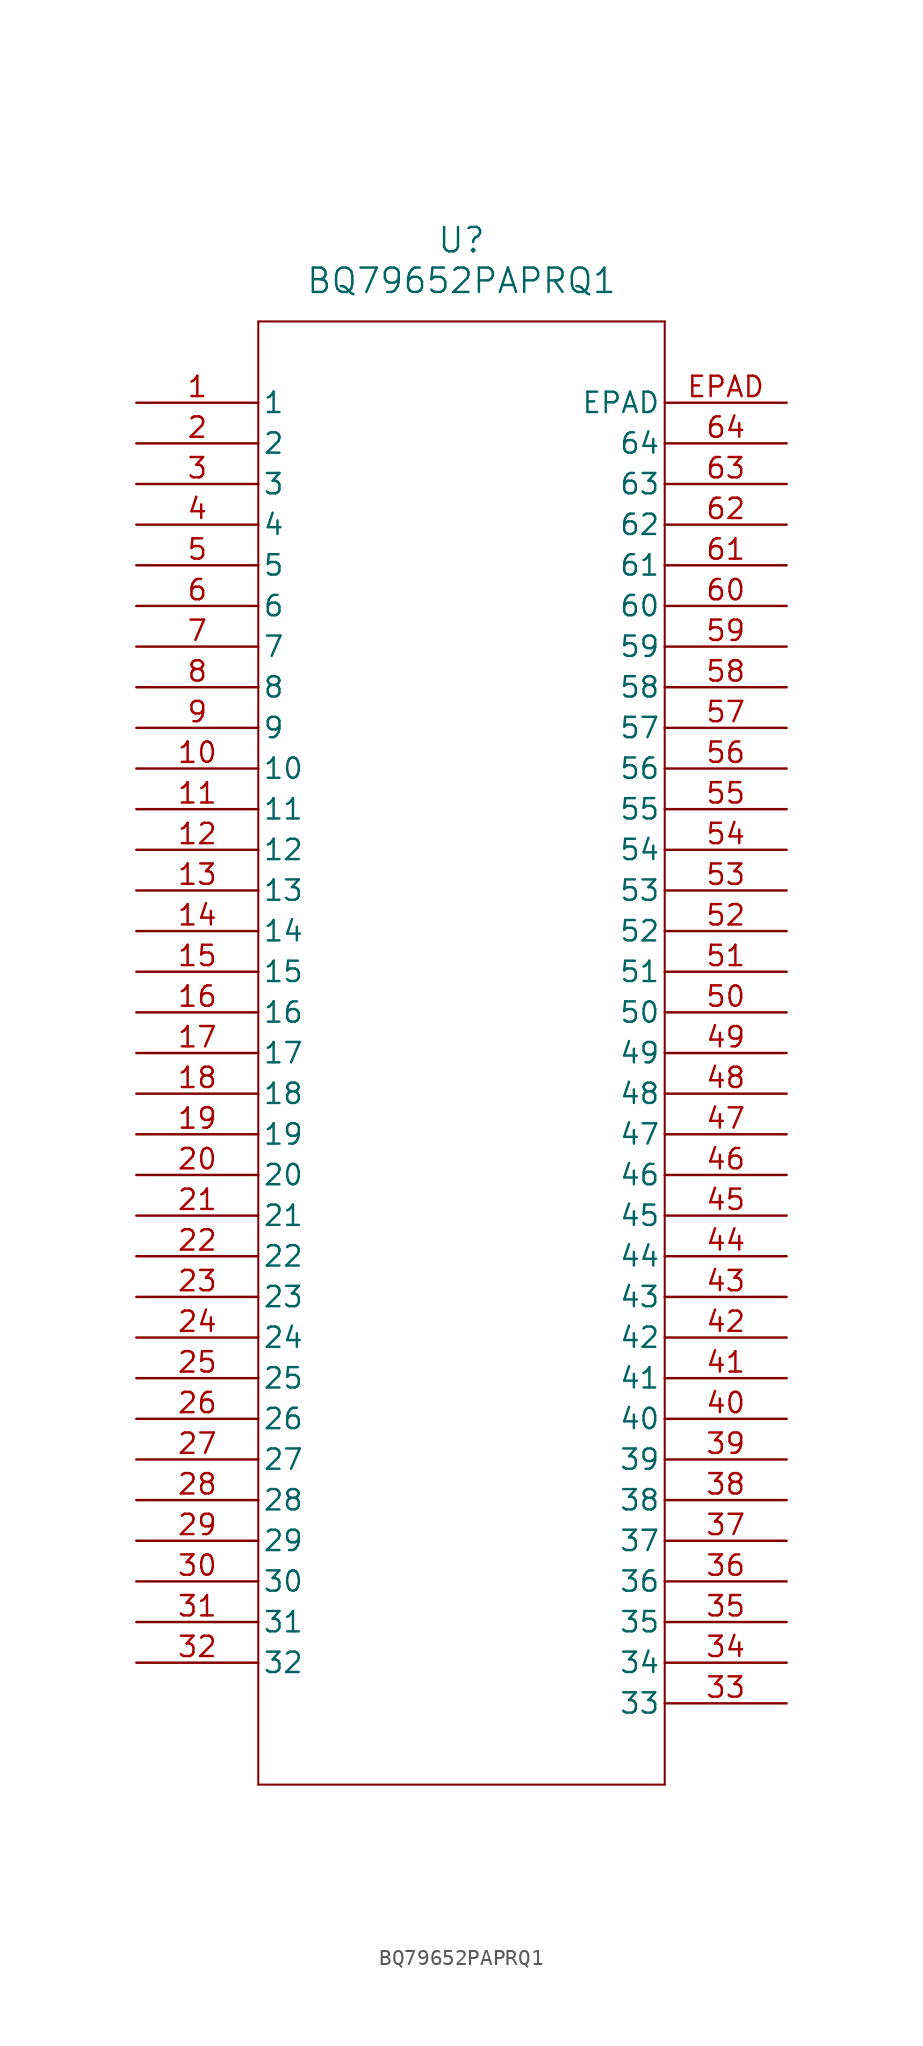
<source format=kicad_sym>
(kicad_symbol_lib
  (version 20241209)
  (generator "kicad_symbol_editor")
  (generator_version "9.0")
  (symbol "BQ79652PAPRQ1"
    (pin_names
      (offset 0.254))
    (property "Reference" "U"
      (at 20.32 10.16 0)
      (effects (font (size 1.524 1.524))))
    (property "Value" "BQ79652PAPRQ1"
      (at 20.32 7.62 0)
      (effects (font (size 1.524 1.524))))
    (property "ki_locked" ""
      (at 0 0 0)
      (effects (font (size 1.27 1.27))))
    (symbol "BQ79652PAPRQ1_0_1"
      (polyline (pts (xy 7.62 5.08) (xy 7.62 -86.36)) (stroke (width 0.127) (type default)) (fill (type none)))
      (polyline (pts (xy 7.62 -86.36) (xy 33.02 -86.36)) (stroke (width 0.127) (type default)) (fill (type none)))
      (polyline (pts (xy 33.02 5.08) (xy 7.62 5.08)) (stroke (width 0.127) (type default)) (fill (type none)))
      (polyline (pts (xy 33.02 -86.36) (xy 33.02 5.08)) (stroke (width 0.127) (type default)) (fill (type none)))
      (pin unspecified line (at 0 0 0) (length 7.62) (name "1" (effects (font (size 1.27 1.27)))) (number "1" (effects (font (size 1.27 1.27)))))
      (pin unspecified line (at 0 -2.54 0) (length 7.62) (name "2" (effects (font (size 1.27 1.27)))) (number "2" (effects (font (size 1.27 1.27)))))
      (pin unspecified line (at 0 -5.08 0) (length 7.62) (name "3" (effects (font (size 1.27 1.27)))) (number "3" (effects (font (size 1.27 1.27)))))
      (pin unspecified line (at 0 -7.62 0) (length 7.62) (name "4" (effects (font (size 1.27 1.27)))) (number "4" (effects (font (size 1.27 1.27)))))
      (pin unspecified line (at 0 -10.16 0) (length 7.62) (name "5" (effects (font (size 1.27 1.27)))) (number "5" (effects (font (size 1.27 1.27)))))
      (pin unspecified line (at 0 -12.7 0) (length 7.62) (name "6" (effects (font (size 1.27 1.27)))) (number "6" (effects (font (size 1.27 1.27)))))
      (pin unspecified line (at 0 -15.24 0) (length 7.62) (name "7" (effects (font (size 1.27 1.27)))) (number "7" (effects (font (size 1.27 1.27)))))
      (pin unspecified line (at 0 -17.78 0) (length 7.62) (name "8" (effects (font (size 1.27 1.27)))) (number "8" (effects (font (size 1.27 1.27)))))
      (pin unspecified line (at 0 -20.32 0) (length 7.62) (name "9" (effects (font (size 1.27 1.27)))) (number "9" (effects (font (size 1.27 1.27)))))
      (pin unspecified line (at 0 -22.86 0) (length 7.62) (name "10" (effects (font (size 1.27 1.27)))) (number "10" (effects (font (size 1.27 1.27)))))
      (pin unspecified line (at 0 -25.4 0) (length 7.62) (name "11" (effects (font (size 1.27 1.27)))) (number "11" (effects (font (size 1.27 1.27)))))
      (pin unspecified line (at 0 -27.94 0) (length 7.62) (name "12" (effects (font (size 1.27 1.27)))) (number "12" (effects (font (size 1.27 1.27)))))
      (pin unspecified line (at 0 -30.48 0) (length 7.62) (name "13" (effects (font (size 1.27 1.27)))) (number "13" (effects (font (size 1.27 1.27)))))
      (pin unspecified line (at 0 -33.02 0) (length 7.62) (name "14" (effects (font (size 1.27 1.27)))) (number "14" (effects (font (size 1.27 1.27)))))
      (pin unspecified line (at 0 -35.56 0) (length 7.62) (name "15" (effects (font (size 1.27 1.27)))) (number "15" (effects (font (size 1.27 1.27)))))
      (pin unspecified line (at 0 -38.1 0) (length 7.62) (name "16" (effects (font (size 1.27 1.27)))) (number "16" (effects (font (size 1.27 1.27)))))
      (pin unspecified line (at 0 -40.64 0) (length 7.62) (name "17" (effects (font (size 1.27 1.27)))) (number "17" (effects (font (size 1.27 1.27)))))
      (pin unspecified line (at 0 -43.18 0) (length 7.62) (name "18" (effects (font (size 1.27 1.27)))) (number "18" (effects (font (size 1.27 1.27)))))
      (pin unspecified line (at 0 -45.72 0) (length 7.62) (name "19" (effects (font (size 1.27 1.27)))) (number "19" (effects (font (size 1.27 1.27)))))
      (pin unspecified line (at 0 -48.26 0) (length 7.62) (name "20" (effects (font (size 1.27 1.27)))) (number "20" (effects (font (size 1.27 1.27)))))
      (pin unspecified line (at 0 -50.8 0) (length 7.62) (name "21" (effects (font (size 1.27 1.27)))) (number "21" (effects (font (size 1.27 1.27)))))
      (pin unspecified line (at 0 -53.34 0) (length 7.62) (name "22" (effects (font (size 1.27 1.27)))) (number "22" (effects (font (size 1.27 1.27)))))
      (pin unspecified line (at 0 -55.88 0) (length 7.62) (name "23" (effects (font (size 1.27 1.27)))) (number "23" (effects (font (size 1.27 1.27)))))
      (pin unspecified line (at 0 -58.42 0) (length 7.62) (name "24" (effects (font (size 1.27 1.27)))) (number "24" (effects (font (size 1.27 1.27)))))
      (pin unspecified line (at 0 -60.96 0) (length 7.62) (name "25" (effects (font (size 1.27 1.27)))) (number "25" (effects (font (size 1.27 1.27)))))
      (pin unspecified line (at 0 -63.5 0) (length 7.62) (name "26" (effects (font (size 1.27 1.27)))) (number "26" (effects (font (size 1.27 1.27)))))
      (pin unspecified line (at 0 -66.04 0) (length 7.62) (name "27" (effects (font (size 1.27 1.27)))) (number "27" (effects (font (size 1.27 1.27)))))
      (pin unspecified line (at 0 -68.58 0) (length 7.62) (name "28" (effects (font (size 1.27 1.27)))) (number "28" (effects (font (size 1.27 1.27)))))
      (pin unspecified line (at 0 -71.12 0) (length 7.62) (name "29" (effects (font (size 1.27 1.27)))) (number "29" (effects (font (size 1.27 1.27)))))
      (pin unspecified line (at 0 -73.66 0) (length 7.62) (name "30" (effects (font (size 1.27 1.27)))) (number "30" (effects (font (size 1.27 1.27)))))
      (pin unspecified line (at 0 -76.2 0) (length 7.62) (name "31" (effects (font (size 1.27 1.27)))) (number "31" (effects (font (size 1.27 1.27)))))
      (pin unspecified line (at 0 -78.74 0) (length 7.62) (name "32" (effects (font (size 1.27 1.27)))) (number "32" (effects (font (size 1.27 1.27)))))
      (pin unspecified line (at 40.64 0 180) (length 7.62) (name "EPAD" (effects (font (size 1.27 1.27)))) (number "EPAD" (effects (font (size 1.27 1.27)))))
      (pin unspecified line (at 40.64 -2.54 180) (length 7.62) (name "64" (effects (font (size 1.27 1.27)))) (number "64" (effects (font (size 1.27 1.27)))))
      (pin unspecified line (at 40.64 -5.08 180) (length 7.62) (name "63" (effects (font (size 1.27 1.27)))) (number "63" (effects (font (size 1.27 1.27)))))
      (pin unspecified line (at 40.64 -7.62 180) (length 7.62) (name "62" (effects (font (size 1.27 1.27)))) (number "62" (effects (font (size 1.27 1.27)))))
      (pin unspecified line (at 40.64 -10.16 180) (length 7.62) (name "61" (effects (font (size 1.27 1.27)))) (number "61" (effects (font (size 1.27 1.27)))))
      (pin unspecified line (at 40.64 -12.7 180) (length 7.62) (name "60" (effects (font (size 1.27 1.27)))) (number "60" (effects (font (size 1.27 1.27)))))
      (pin unspecified line (at 40.64 -15.24 180) (length 7.62) (name "59" (effects (font (size 1.27 1.27)))) (number "59" (effects (font (size 1.27 1.27)))))
      (pin unspecified line (at 40.64 -17.78 180) (length 7.62) (name "58" (effects (font (size 1.27 1.27)))) (number "58" (effects (font (size 1.27 1.27)))))
      (pin unspecified line (at 40.64 -20.32 180) (length 7.62) (name "57" (effects (font (size 1.27 1.27)))) (number "57" (effects (font (size 1.27 1.27)))))
      (pin unspecified line (at 40.64 -22.86 180) (length 7.62) (name "56" (effects (font (size 1.27 1.27)))) (number "56" (effects (font (size 1.27 1.27)))))
      (pin unspecified line (at 40.64 -25.4 180) (length 7.62) (name "55" (effects (font (size 1.27 1.27)))) (number "55" (effects (font (size 1.27 1.27)))))
      (pin unspecified line (at 40.64 -27.94 180) (length 7.62) (name "54" (effects (font (size 1.27 1.27)))) (number "54" (effects (font (size 1.27 1.27)))))
      (pin unspecified line (at 40.64 -30.48 180) (length 7.62) (name "53" (effects (font (size 1.27 1.27)))) (number "53" (effects (font (size 1.27 1.27)))))
      (pin unspecified line (at 40.64 -33.02 180) (length 7.62) (name "52" (effects (font (size 1.27 1.27)))) (number "52" (effects (font (size 1.27 1.27)))))
      (pin unspecified line (at 40.64 -35.56 180) (length 7.62) (name "51" (effects (font (size 1.27 1.27)))) (number "51" (effects (font (size 1.27 1.27)))))
      (pin unspecified line (at 40.64 -38.1 180) (length 7.62) (name "50" (effects (font (size 1.27 1.27)))) (number "50" (effects (font (size 1.27 1.27)))))
      (pin unspecified line (at 40.64 -40.64 180) (length 7.62) (name "49" (effects (font (size 1.27 1.27)))) (number "49" (effects (font (size 1.27 1.27)))))
      (pin unspecified line (at 40.64 -43.18 180) (length 7.62) (name "48" (effects (font (size 1.27 1.27)))) (number "48" (effects (font (size 1.27 1.27)))))
      (pin unspecified line (at 40.64 -45.72 180) (length 7.62) (name "47" (effects (font (size 1.27 1.27)))) (number "47" (effects (font (size 1.27 1.27)))))
      (pin unspecified line (at 40.64 -48.26 180) (length 7.62) (name "46" (effects (font (size 1.27 1.27)))) (number "46" (effects (font (size 1.27 1.27)))))
      (pin unspecified line (at 40.64 -50.8 180) (length 7.62) (name "45" (effects (font (size 1.27 1.27)))) (number "45" (effects (font (size 1.27 1.27)))))
      (pin unspecified line (at 40.64 -53.34 180) (length 7.62) (name "44" (effects (font (size 1.27 1.27)))) (number "44" (effects (font (size 1.27 1.27)))))
      (pin unspecified line (at 40.64 -55.88 180) (length 7.62) (name "43" (effects (font (size 1.27 1.27)))) (number "43" (effects (font (size 1.27 1.27)))))
      (pin unspecified line (at 40.64 -58.42 180) (length 7.62) (name "42" (effects (font (size 1.27 1.27)))) (number "42" (effects (font (size 1.27 1.27)))))
      (pin unspecified line (at 40.64 -60.96 180) (length 7.62) (name "41" (effects (font (size 1.27 1.27)))) (number "41" (effects (font (size 1.27 1.27)))))
      (pin unspecified line (at 40.64 -63.5 180) (length 7.62) (name "40" (effects (font (size 1.27 1.27)))) (number "40" (effects (font (size 1.27 1.27)))))
      (pin unspecified line (at 40.64 -66.04 180) (length 7.62) (name "39" (effects (font (size 1.27 1.27)))) (number "39" (effects (font (size 1.27 1.27)))))
      (pin unspecified line (at 40.64 -68.58 180) (length 7.62) (name "38" (effects (font (size 1.27 1.27)))) (number "38" (effects (font (size 1.27 1.27)))))
      (pin unspecified line (at 40.64 -71.12 180) (length 7.62) (name "37" (effects (font (size 1.27 1.27)))) (number "37" (effects (font (size 1.27 1.27)))))
      (pin unspecified line (at 40.64 -73.66 180) (length 7.62) (name "36" (effects (font (size 1.27 1.27)))) (number "36" (effects (font (size 1.27 1.27)))))
      (pin unspecified line (at 40.64 -76.2 180) (length 7.62) (name "35" (effects (font (size 1.27 1.27)))) (number "35" (effects (font (size 1.27 1.27)))))
      (pin unspecified line (at 40.64 -78.74 180) (length 7.62) (name "34" (effects (font (size 1.27 1.27)))) (number "34" (effects (font (size 1.27 1.27)))))
      (pin unspecified line (at 40.64 -81.28 180) (length 7.62) (name "33" (effects (font (size 1.27 1.27)))) (number "33" (effects (font (size 1.27 1.27))))))))
</source>
